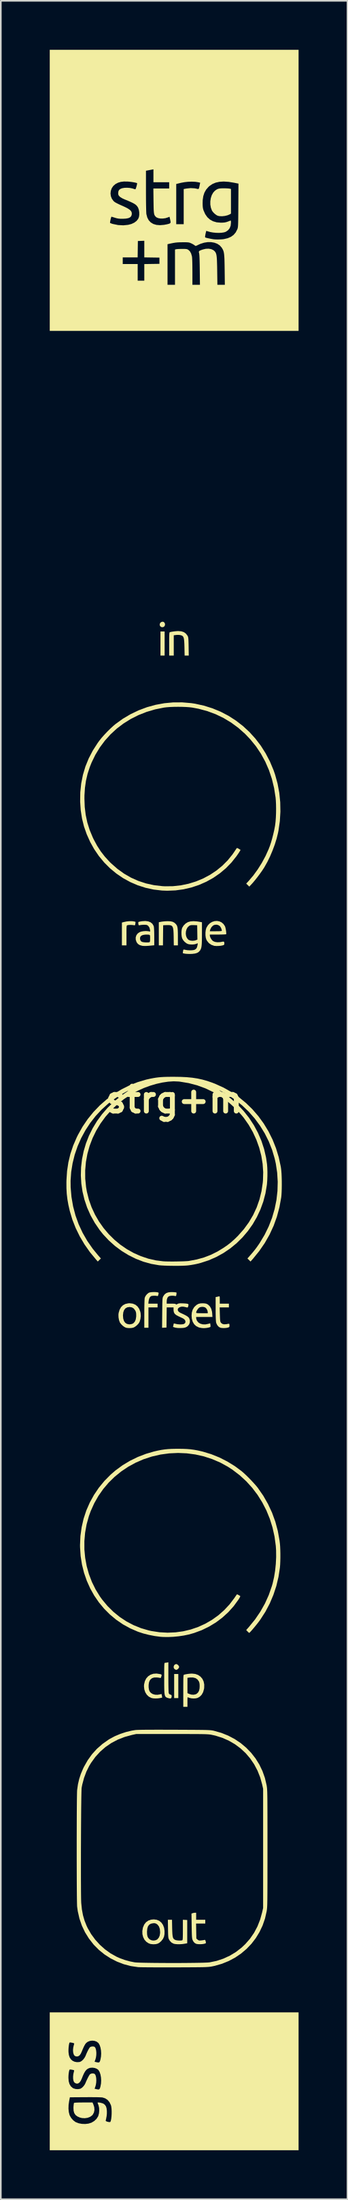
<source format=kicad_pcb>
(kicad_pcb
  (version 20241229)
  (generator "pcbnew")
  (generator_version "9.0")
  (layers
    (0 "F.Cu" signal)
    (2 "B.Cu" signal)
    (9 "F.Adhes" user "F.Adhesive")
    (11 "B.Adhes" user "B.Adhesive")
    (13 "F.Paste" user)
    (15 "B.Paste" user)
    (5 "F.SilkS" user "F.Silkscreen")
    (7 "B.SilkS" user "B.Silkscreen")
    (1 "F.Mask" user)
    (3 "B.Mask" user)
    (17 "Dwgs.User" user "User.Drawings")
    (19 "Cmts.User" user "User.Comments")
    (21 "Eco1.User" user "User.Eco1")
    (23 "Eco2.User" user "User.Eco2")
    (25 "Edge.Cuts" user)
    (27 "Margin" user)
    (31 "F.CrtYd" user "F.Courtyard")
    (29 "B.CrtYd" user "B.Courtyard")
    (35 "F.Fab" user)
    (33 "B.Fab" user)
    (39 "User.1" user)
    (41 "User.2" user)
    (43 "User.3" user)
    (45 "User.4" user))
  (footprint "strg+m"
    (layer "F.Cu")
    (at 7.628 64.301)
    (property "Reference" "strg+m" (at 0 0 0) (layer "F.SilkS") (effects (font (size 1.524 1.524) (thickness 0.3))))
    (attr board_only exclude_from_pos_files exclude_from_bom)
    (fp_poly (pts (xy -0.585 -27.205) (xy -0.839 -27.205) (xy -0.839 -28.68) (xy -0.585 -28.68)) (stroke (width 0) (type solid)) (fill yes) (layer "F.SilkS"))
    (fp_poly (pts (xy 0.254 36.638) (xy 0 36.638) (xy 0 35.163) (xy 0.254 35.163)) (stroke (width 0) (type solid)) (fill yes) (layer "F.SilkS"))
    (fp_poly (pts (xy -0.661 -29.272) (xy -0.599 -29.227) (xy -0.563 -29.15) (xy -0.559 -29.107) (xy -0.581 -29.021) (xy -0.637 -28.963) (xy -0.718 -28.94) (xy -0.788 -28.952) (xy -0.854 -28.998) (xy -0.886 -29.069) (xy -0.882 -29.148) (xy -0.841 -29.221) (xy -0.821 -29.239) (xy -0.739 -29.277)) (stroke (width 0) (type solid)) (fill yes) (layer "F.SilkS"))
    (fp_poly (pts (xy 0.19 34.574) (xy 0.249 34.624) (xy 0.293 34.687) (xy 0.305 34.731) (xy 0.285 34.791) (xy 0.236 34.852) (xy 0.174 34.897) (xy 0.131 34.909) (xy 0.076 34.894) (xy 0.024 34.862) (xy -0.023 34.796) (xy -0.032 34.718) (xy -0.009 34.642) (xy 0.042 34.583) (xy 0.116 34.554) (xy 0.131 34.553)) (stroke (width 0) (type solid)) (fill yes) (layer "F.SilkS"))
    (fp_poly (pts (xy -4.955 61.517) (xy -4.9 61.691) (xy -4.888 61.859) (xy -4.918 62.013) (xy -4.99 62.147) (xy -5.031 62.193) (xy -5.153 62.282) (xy -5.305 62.34) (xy -5.475 62.365) (xy -5.65 62.356) (xy -5.784 62.323) (xy -5.937 62.255) (xy -6.05 62.167) (xy -6.125 62.054) (xy -6.165 61.911) (xy -6.175 61.732) (xy -6.172 61.668) (xy -6.164 61.567) (xy -6.154 61.485) (xy -6.144 61.436) (xy -6.142 61.43) (xy -6.111 61.42) (xy -6.032 61.412) (xy -5.904 61.406) (xy -5.726 61.403) (xy -5.565 61.402) (xy -5.006 61.402)) (stroke (width 0) (type solid)) (fill yes) (layer "F.SilkS"))
    (fp_poly (pts (xy 3.149 -55.818) (xy 3.263 -55.813) (xy 3.352 -55.806) (xy 3.388 -55.801) (xy 3.483 -55.781) (xy 3.483 -54.269) (xy 3.413 -54.228) (xy 3.276 -54.168) (xy 3.113 -54.128) (xy 2.942 -54.109) (xy 2.78 -54.115) (xy 2.675 -54.137) (xy 2.588 -54.181) (xy 2.49 -54.255) (xy 2.399 -54.344) (xy 2.33 -54.433) (xy 2.316 -54.458) (xy 2.25 -54.634) (xy 2.217 -54.827) (xy 2.217 -55.026) (xy 2.247 -55.22) (xy 2.305 -55.4) (xy 2.392 -55.555) (xy 2.482 -55.655) (xy 2.57 -55.725) (xy 2.656 -55.773) (xy 2.752 -55.802) (xy 2.872 -55.816) (xy 3.026 -55.82)) (stroke (width 0) (type solid)) (fill yes) (layer "F.SilkS"))
    (fp_poly (pts (xy -2.522 -10.932) (xy -2.444 -10.918) (xy -2.389 -10.905) (xy -2.373 -10.899) (xy -2.37 -10.87) (xy -2.376 -10.809) (xy -2.38 -10.783) (xy -2.393 -10.716) (xy -2.411 -10.689) (xy -2.449 -10.688) (xy -2.476 -10.694) (xy -2.567 -10.706) (xy -2.676 -10.711) (xy -2.78 -10.707) (xy -2.859 -10.695) (xy -2.867 -10.693) (xy -2.885 -10.687) (xy -2.899 -10.675) (xy -2.909 -10.653) (xy -2.916 -10.613) (xy -2.92 -10.551) (xy -2.923 -10.458) (xy -2.924 -10.331) (xy -2.924 -10.161) (xy -2.924 -10.067) (xy -2.924 -9.458) (xy -3.204 -9.458) (xy -3.204 -10.855) (xy -3.096 -10.884) (xy -2.927 -10.92) (xy -2.753 -10.939) (xy -2.595 -10.939)) (stroke (width 0) (type solid)) (fill yes) (layer "F.SilkS"))
    (fp_poly (pts (xy -0.229 -10.931) (xy -0.097 -10.903) (xy 0.008 -10.85) (xy 0.099 -10.769) (xy 0.11 -10.755) (xy 0.148 -10.705) (xy 0.177 -10.649) (xy 0.198 -10.58) (xy 0.212 -10.49) (xy 0.222 -10.374) (xy 0.227 -10.223) (xy 0.229 -10.03) (xy 0.229 -9.973) (xy 0.229 -9.458) (xy -0.022 -9.458) (xy -0.03 -9.973) (xy -0.035 -10.187) (xy -0.044 -10.355) (xy -0.061 -10.482) (xy -0.088 -10.575) (xy -0.13 -10.638) (xy -0.188 -10.677) (xy -0.267 -10.696) (xy -0.37 -10.701) (xy -0.472 -10.699) (xy -0.674 -10.691) (xy -0.681 -10.075) (xy -0.687 -9.458) (xy -0.941 -9.458) (xy -0.941 -10.875) (xy -0.786 -10.906) (xy -0.686 -10.92) (xy -0.559 -10.932) (xy -0.429 -10.938) (xy -0.398 -10.939)) (stroke (width 0) (type solid)) (fill yes) (layer "F.SilkS"))
    (fp_poly (pts (xy -1.112 11.776) (xy -1.02 11.788) (xy -0.967 11.804) (xy -0.951 11.833) (xy -0.956 11.87) (xy -0.976 11.956) (xy -0.993 12.002) (xy -1.012 12.018) (xy -1.041 12.014) (xy -1.045 12.013) (xy -1.115 12.001) (xy -1.209 11.997) (xy -1.306 12.002) (xy -1.387 12.014) (xy -1.422 12.025) (xy -1.486 12.086) (xy -1.536 12.188) (xy -1.566 12.322) (xy -1.569 12.347) (xy -1.583 12.484) (xy -1.017 12.484) (xy -1.017 12.713) (xy -1.576 12.713) (xy -1.576 13.959) (xy -1.831 13.959) (xy -1.83 13.088) (xy -1.83 12.842) (xy -1.827 12.625) (xy -1.823 12.44) (xy -1.818 12.293) (xy -1.812 12.186) (xy -1.805 12.126) (xy -1.804 12.121) (xy -1.755 12.015) (xy -1.677 11.914) (xy -1.584 11.834) (xy -1.533 11.806) (xy -1.459 11.788) (xy -1.352 11.776) (xy -1.23 11.772)) (stroke (width 0) (type solid)) (fill yes) (layer "F.SilkS"))
    (fp_poly (pts (xy 1.348 50.215) (xy 1.907 50.215) (xy 1.907 50.444) (xy 1.344 50.444) (xy 1.352 50.904) (xy 1.36 51.364) (xy 1.435 51.428) (xy 1.485 51.465) (xy 1.536 51.482) (xy 1.606 51.482) (xy 1.651 51.479) (xy 1.741 51.468) (xy 1.817 51.456) (xy 1.848 51.448) (xy 1.886 51.444) (xy 1.91 51.468) (xy 1.93 51.526) (xy 1.944 51.592) (xy 1.946 51.635) (xy 1.945 51.64) (xy 1.903 51.667) (xy 1.823 51.689) (xy 1.72 51.704) (xy 1.605 51.71) (xy 1.492 51.708) (xy 1.395 51.697) (xy 1.335 51.68) (xy 1.245 51.624) (xy 1.175 51.54) (xy 1.128 51.447) (xy 1.115 51.411) (xy 1.104 51.365) (xy 1.096 51.302) (xy 1.089 51.216) (xy 1.084 51.103) (xy 1.08 50.955) (xy 1.076 50.767) (xy 1.073 50.591) (xy 1.062 49.835) (xy 1.13 49.809) (xy 1.21 49.789) (xy 1.273 49.783) (xy 1.348 49.783)) (stroke (width 0) (type solid)) (fill yes) (layer "F.SilkS"))
    (fp_poly (pts (xy -0.356 35.362) (xy -0.355 35.598) (xy -0.353 35.811) (xy -0.35 35.995) (xy -0.346 36.145) (xy -0.341 36.257) (xy -0.335 36.326) (xy -0.331 36.345) (xy -0.283 36.405) (xy -0.229 36.426) (xy -0.174 36.445) (xy -0.154 36.485) (xy -0.153 36.512) (xy -0.162 36.601) (xy -0.194 36.649) (xy -0.255 36.661) (xy -0.352 36.641) (xy -0.357 36.639) (xy -0.418 36.621) (xy -0.467 36.601) (xy -0.508 36.575) (xy -0.54 36.539) (xy -0.564 36.488) (xy -0.582 36.417) (xy -0.595 36.322) (xy -0.603 36.198) (xy -0.607 36.039) (xy -0.61 35.842) (xy -0.61 35.602) (xy -0.61 35.431) (xy -0.61 35.186) (xy -0.61 34.986) (xy -0.609 34.828) (xy -0.607 34.707) (xy -0.604 34.617) (xy -0.6 34.554) (xy -0.594 34.514) (xy -0.586 34.49) (xy -0.577 34.48) (xy -0.565 34.477) (xy -0.563 34.477) (xy -0.503 34.472) (xy -0.435 34.461) (xy -0.356 34.445)) (stroke (width 0) (type solid)) (fill yes) (layer "F.SilkS"))
    (fp_poly (pts (xy 0.444 -28.689) (xy 0.597 -28.638) (xy 0.72 -28.55) (xy 0.817 -28.424) (xy 0.83 -28.4) (xy 0.846 -28.364) (xy 0.858 -28.32) (xy 0.867 -28.261) (xy 0.874 -28.178) (xy 0.879 -28.065) (xy 0.883 -27.914) (xy 0.886 -27.758) (xy 0.894 -27.205) (xy 0.641 -27.205) (xy 0.631 -27.707) (xy 0.625 -27.917) (xy 0.616 -28.082) (xy 0.602 -28.207) (xy 0.581 -28.3) (xy 0.549 -28.366) (xy 0.506 -28.41) (xy 0.449 -28.439) (xy 0.375 -28.459) (xy 0.349 -28.464) (xy 0.267 -28.472) (xy 0.165 -28.47) (xy 0.114 -28.465) (xy -0.025 -28.447) (xy -0.025 -27.205) (xy -0.305 -27.205) (xy -0.305 -27.915) (xy -0.305 -28.125) (xy -0.304 -28.289) (xy -0.302 -28.413) (xy -0.299 -28.504) (xy -0.294 -28.566) (xy -0.287 -28.605) (xy -0.278 -28.627) (xy -0.266 -28.637) (xy -0.261 -28.639) (xy -0.177 -28.658) (xy -0.062 -28.677) (xy 0.066 -28.693) (xy 0.185 -28.703) (xy 0.256 -28.705)) (stroke (width 0) (type solid)) (fill yes) (layer "F.SilkS"))
    (fp_poly (pts (xy 0.667 50.22) (xy 0.801 50.228) (xy 0.801 51.651) (xy 0.636 51.682) (xy 0.493 51.702) (xy 0.339 51.711) (xy 0.19 51.71) (xy 0.061 51.699) (xy -0.034 51.678) (xy -0.163 51.609) (xy -0.266 51.501) (xy -0.314 51.423) (xy -0.332 51.386) (xy -0.346 51.345) (xy -0.356 51.294) (xy -0.363 51.224) (xy -0.369 51.129) (xy -0.373 51) (xy -0.376 50.831) (xy -0.377 50.768) (xy -0.386 50.215) (xy -0.132 50.215) (xy -0.123 50.717) (xy -0.117 50.92) (xy -0.109 51.078) (xy -0.096 51.198) (xy -0.078 51.287) (xy -0.051 51.351) (xy -0.014 51.397) (xy 0.033 51.431) (xy 0.063 51.446) (xy 0.136 51.468) (xy 0.237 51.482) (xy 0.346 51.487) (xy 0.441 51.482) (xy 0.494 51.471) (xy 0.506 51.461) (xy 0.516 51.438) (xy 0.523 51.395) (xy 0.528 51.328) (xy 0.531 51.229) (xy 0.533 51.094) (xy 0.534 50.917) (xy 0.534 50.834) (xy 0.534 50.213)) (stroke (width 0) (type solid)) (fill yes) (layer "F.SilkS"))
    (fp_poly (pts (xy 2.787 12.051) (xy 2.794 12.095) (xy 2.796 12.174) (xy 2.797 12.253) (xy 2.797 12.484) (xy 3.356 12.484) (xy 3.356 12.713) (xy 2.79 12.713) (xy 2.802 13.147) (xy 2.808 13.308) (xy 2.813 13.428) (xy 2.821 13.513) (xy 2.83 13.571) (xy 2.844 13.612) (xy 2.862 13.644) (xy 2.866 13.649) (xy 2.945 13.718) (xy 3.053 13.748) (xy 3.192 13.741) (xy 3.224 13.735) (xy 3.303 13.72) (xy 3.359 13.714) (xy 3.377 13.717) (xy 3.385 13.747) (xy 3.391 13.808) (xy 3.391 13.823) (xy 3.389 13.884) (xy 3.369 13.918) (xy 3.317 13.941) (xy 3.293 13.949) (xy 3.179 13.971) (xy 3.044 13.979) (xy 2.913 13.972) (xy 2.831 13.956) (xy 2.736 13.904) (xy 2.652 13.814) (xy 2.591 13.698) (xy 2.571 13.629) (xy 2.562 13.563) (xy 2.555 13.453) (xy 2.549 13.305) (xy 2.545 13.126) (xy 2.543 12.921) (xy 2.543 12.79) (xy 2.543 12.081) (xy 2.625 12.064) (xy 2.697 12.049) (xy 2.752 12.035) (xy 2.773 12.034)) (stroke (width 0) (type solid)) (fill yes) (layer "F.SilkS"))
    (fp_poly (pts (xy -0.876 35.166) (xy -0.805 35.185) (xy -0.773 35.206) (xy -0.769 35.243) (xy -0.787 35.313) (xy -0.79 35.324) (xy -0.813 35.387) (xy -0.838 35.408) (xy -0.86 35.404) (xy -0.907 35.393) (xy -0.986 35.382) (xy -1.069 35.374) (xy -1.229 35.378) (xy -1.356 35.419) (xy -1.454 35.5) (xy -1.506 35.577) (xy -1.546 35.691) (xy -1.565 35.832) (xy -1.565 35.982) (xy -1.544 36.121) (xy -1.507 36.222) (xy -1.428 36.32) (xy -1.313 36.39) (xy -1.174 36.43) (xy -1.019 36.436) (xy -0.866 36.41) (xy -0.807 36.395) (xy -0.775 36.39) (xy -0.774 36.391) (xy -0.767 36.417) (xy -0.756 36.476) (xy -0.751 36.502) (xy -0.734 36.608) (xy -0.864 36.636) (xy -1.004 36.656) (xy -1.154 36.661) (xy -1.293 36.652) (xy -1.402 36.628) (xy -1.405 36.627) (xy -1.556 36.548) (xy -1.679 36.43) (xy -1.772 36.281) (xy -1.83 36.107) (xy -1.851 35.916) (xy -1.844 35.802) (xy -1.797 35.603) (xy -1.713 35.435) (xy -1.596 35.302) (xy -1.449 35.206) (xy -1.277 35.149) (xy -1.084 35.135)) (stroke (width 0) (type solid)) (fill yes) (layer "F.SilkS"))
    (fp_poly (pts (xy -1.068 50.214) (xy -0.912 50.28) (xy -0.783 50.387) (xy -0.684 50.529) (xy -0.618 50.704) (xy -0.59 50.893) (xy -0.592 51.086) (xy -0.622 51.246) (xy -0.685 51.384) (xy -0.785 51.511) (xy -0.802 51.529) (xy -0.905 51.619) (xy -1.007 51.676) (xy -1.125 51.706) (xy -1.274 51.715) (xy -1.284 51.715) (xy -1.444 51.698) (xy -1.565 51.655) (xy -1.708 51.561) (xy -1.821 51.433) (xy -1.901 51.275) (xy -1.946 51.097) (xy -1.95 50.965) (xy -1.665 50.965) (xy -1.658 51.121) (xy -1.633 51.238) (xy -1.586 51.328) (xy -1.513 51.403) (xy -1.473 51.431) (xy -1.373 51.474) (xy -1.256 51.486) (xy -1.14 51.468) (xy -1.044 51.423) (xy -1.028 51.409) (xy -0.94 51.304) (xy -0.887 51.181) (xy -0.863 51.028) (xy -0.862 50.961) (xy -0.879 50.775) (xy -0.932 50.625) (xy -1.02 50.511) (xy -1.068 50.474) (xy -1.136 50.437) (xy -1.205 50.422) (xy -1.291 50.425) (xy -1.427 50.453) (xy -1.53 50.515) (xy -1.603 50.613) (xy -1.647 50.749) (xy -1.665 50.927) (xy -1.665 50.965) (xy -1.95 50.965) (xy -1.952 50.904) (xy -1.918 50.704) (xy -1.91 50.678) (xy -1.834 50.501) (xy -1.724 50.362) (xy -1.583 50.263) (xy -1.414 50.206) (xy -1.248 50.19)) (stroke (width 0) (type solid)) (fill yes) (layer "F.SilkS"))
    (fp_poly (pts (xy 1.294 35.16) (xy 1.47 35.223) (xy 1.615 35.324) (xy 1.729 35.457) (xy 1.806 35.619) (xy 1.844 35.806) (xy 1.84 36.014) (xy 1.83 36.08) (xy 1.775 36.275) (xy 1.687 36.433) (xy 1.567 36.554) (xy 1.444 36.624) (xy 1.333 36.653) (xy 1.196 36.662) (xy 1.057 36.652) (xy 0.941 36.625) (xy 0.874 36.602) (xy 0.83 36.589) (xy 0.823 36.587) (xy 0.819 36.611) (xy 0.816 36.676) (xy 0.814 36.771) (xy 0.814 36.88) (xy 0.814 37.172) (xy 0.559 37.172) (xy 0.559 36.335) (xy 0.814 36.335) (xy 0.922 36.384) (xy 1.056 36.425) (xy 1.193 36.433) (xy 1.316 36.407) (xy 1.376 36.377) (xy 1.466 36.295) (xy 1.525 36.187) (xy 1.557 36.046) (xy 1.564 35.913) (xy 1.56 35.79) (xy 1.546 35.699) (xy 1.518 35.624) (xy 1.511 35.608) (xy 1.423 35.491) (xy 1.304 35.413) (xy 1.152 35.375) (xy 0.97 35.376) (xy 0.951 35.379) (xy 0.814 35.396) (xy 0.814 36.335) (xy 0.559 36.335) (xy 0.559 36.195) (xy 0.559 35.946) (xy 0.56 35.742) (xy 0.561 35.58) (xy 0.563 35.455) (xy 0.566 35.362) (xy 0.57 35.295) (xy 0.576 35.251) (xy 0.584 35.224) (xy 0.593 35.21) (xy 0.604 35.205) (xy 0.711 35.18) (xy 0.845 35.158) (xy 0.982 35.143) (xy 1.093 35.138)) (stroke (width 0) (type solid)) (fill yes) (layer "F.SilkS"))
    (fp_poly (pts (xy -2.54 12.482) (xy -2.379 12.547) (xy -2.247 12.654) (xy -2.145 12.798) (xy -2.076 12.979) (xy -2.057 13.073) (xy -2.047 13.24) (xy -2.067 13.415) (xy -2.112 13.575) (xy -2.137 13.63) (xy -2.203 13.726) (xy -2.298 13.821) (xy -2.404 13.901) (xy -2.505 13.952) (xy -2.512 13.954) (xy -2.629 13.975) (xy -2.767 13.98) (xy -2.899 13.968) (xy -2.969 13.952) (xy -3.058 13.907) (xy -3.156 13.833) (xy -3.248 13.743) (xy -3.317 13.652) (xy -3.331 13.628) (xy -3.382 13.488) (xy -3.411 13.323) (xy -3.415 13.209) (xy -3.139 13.209) (xy -3.124 13.393) (xy -3.078 13.542) (xy -3.002 13.652) (xy -2.898 13.722) (xy -2.767 13.75) (xy -2.706 13.749) (xy -2.609 13.732) (xy -2.528 13.701) (xy -2.509 13.69) (xy -2.417 13.592) (xy -2.357 13.455) (xy -2.329 13.282) (xy -2.327 13.209) (xy -2.33 13.093) (xy -2.342 13.011) (xy -2.366 12.942) (xy -2.39 12.896) (xy -2.477 12.781) (xy -2.585 12.713) (xy -2.718 12.688) (xy -2.733 12.687) (xy -2.874 12.708) (xy -2.986 12.77) (xy -3.068 12.873) (xy -3.119 13.014) (xy -3.139 13.194) (xy -3.139 13.209) (xy -3.415 13.209) (xy -3.416 13.154) (xy -3.405 13.054) (xy -3.348 12.858) (xy -3.259 12.699) (xy -3.138 12.579) (xy -2.987 12.5) (xy -2.807 12.462) (xy -2.728 12.459)) (stroke (width 0) (type solid)) (fill yes) (layer "F.SilkS"))
    (fp_poly (pts (xy 1.897 12.471) (xy 1.975 12.488) (xy 2.041 12.519) (xy 2.081 12.545) (xy 2.193 12.653) (xy 2.274 12.8) (xy 2.322 12.983) (xy 2.334 13.097) (xy 2.346 13.297) (xy 1.348 13.297) (xy 1.348 13.367) (xy 1.361 13.433) (xy 1.392 13.513) (xy 1.405 13.539) (xy 1.49 13.64) (xy 1.608 13.711) (xy 1.753 13.75) (xy 1.916 13.754) (xy 2.087 13.721) (xy 2.091 13.72) (xy 2.207 13.685) (xy 2.223 13.788) (xy 2.229 13.857) (xy 2.223 13.902) (xy 2.219 13.908) (xy 2.17 13.932) (xy 2.085 13.953) (xy 1.98 13.971) (xy 1.868 13.981) (xy 1.8 13.983) (xy 1.682 13.974) (xy 1.559 13.951) (xy 1.501 13.934) (xy 1.345 13.855) (xy 1.223 13.739) (xy 1.135 13.588) (xy 1.083 13.405) (xy 1.068 13.221) (xy 1.083 13.024) (xy 1.348 13.024) (xy 1.352 13.042) (xy 1.37 13.054) (xy 1.409 13.062) (xy 1.477 13.066) (xy 1.582 13.068) (xy 1.704 13.069) (xy 2.059 13.069) (xy 2.059 13.003) (xy 2.04 12.903) (xy 1.989 12.803) (xy 1.92 12.728) (xy 1.911 12.722) (xy 1.819 12.686) (xy 1.708 12.678) (xy 1.601 12.696) (xy 1.532 12.729) (xy 1.472 12.788) (xy 1.414 12.867) (xy 1.369 12.95) (xy 1.348 13.017) (xy 1.348 13.024) (xy 1.083 13.024) (xy 1.084 13.022) (xy 1.133 12.855) (xy 1.218 12.712) (xy 1.263 12.66) (xy 1.376 12.558) (xy 1.494 12.494) (xy 1.63 12.464) (xy 1.787 12.462)) (stroke (width 0) (type solid)) (fill yes) (layer "F.SilkS"))
    (fp_poly (pts (xy 2.77 -10.929) (xy 2.906 -10.866) (xy 3.024 -10.765) (xy 3.112 -10.634) (xy 3.134 -10.574) (xy 3.155 -10.487) (xy 3.174 -10.386) (xy 3.187 -10.287) (xy 3.194 -10.203) (xy 3.192 -10.15) (xy 3.189 -10.142) (xy 3.161 -10.135) (xy 3.089 -10.129) (xy 2.983 -10.124) (xy 2.85 -10.121) (xy 2.698 -10.119) (xy 2.681 -10.119) (xy 2.187 -10.119) (xy 2.187 -10.061) (xy 2.204 -9.978) (xy 2.25 -9.882) (xy 2.312 -9.791) (xy 2.379 -9.724) (xy 2.385 -9.721) (xy 2.5 -9.671) (xy 2.646 -9.648) (xy 2.809 -9.655) (xy 2.891 -9.669) (xy 2.985 -9.687) (xy 3.041 -9.686) (xy 3.067 -9.659) (xy 3.076 -9.601) (xy 3.076 -9.559) (xy 3.069 -9.508) (xy 3.037 -9.479) (xy 2.981 -9.459) (xy 2.866 -9.435) (xy 2.728 -9.422) (xy 2.589 -9.419) (xy 2.472 -9.428) (xy 2.449 -9.432) (xy 2.274 -9.494) (xy 2.128 -9.597) (xy 2.013 -9.739) (xy 1.973 -9.814) (xy 1.937 -9.934) (xy 1.919 -10.083) (xy 1.919 -10.243) (xy 1.928 -10.323) (xy 2.186 -10.323) (xy 2.555 -10.323) (xy 2.716 -10.324) (xy 2.829 -10.329) (xy 2.897 -10.337) (xy 2.923 -10.349) (xy 2.924 -10.352) (xy 2.908 -10.439) (xy 2.868 -10.537) (xy 2.814 -10.621) (xy 2.794 -10.643) (xy 2.696 -10.704) (xy 2.58 -10.727) (xy 2.463 -10.71) (xy 2.391 -10.675) (xy 2.287 -10.574) (xy 2.217 -10.443) (xy 2.202 -10.393) (xy 2.186 -10.323) (xy 1.928 -10.323) (xy 1.937 -10.396) (xy 1.972 -10.524) (xy 1.979 -10.539) (xy 2.071 -10.692) (xy 2.189 -10.811) (xy 2.325 -10.894) (xy 2.472 -10.942) (xy 2.623 -10.954)) (stroke (width 0) (type solid)) (fill yes) (layer "F.SilkS"))
    (fp_poly (pts (xy -1.59 -10.927) (xy -1.446 -10.87) (xy -1.336 -10.78) (xy -1.263 -10.658) (xy -1.249 -10.615) (xy -1.239 -10.555) (xy -1.232 -10.452) (xy -1.226 -10.315) (xy -1.222 -10.153) (xy -1.221 -9.989) (xy -1.22 -9.465) (xy -1.367 -9.45) (xy -1.56 -9.432) (xy -1.713 -9.422) (xy -1.831 -9.421) (xy -1.925 -9.427) (xy -1.965 -9.433) (xy -2.112 -9.475) (xy -2.222 -9.546) (xy -2.301 -9.649) (xy -2.307 -9.661) (xy -2.356 -9.806) (xy -2.357 -9.871) (xy -2.094 -9.871) (xy -2.082 -9.802) (xy -2.045 -9.723) (xy -1.979 -9.675) (xy -1.975 -9.673) (xy -1.907 -9.656) (xy -1.81 -9.643) (xy -1.702 -9.637) (xy -1.601 -9.638) (xy -1.528 -9.648) (xy -1.515 -9.652) (xy -1.494 -9.67) (xy -1.482 -9.711) (xy -1.476 -9.784) (xy -1.475 -9.88) (xy -1.475 -9.984) (xy -1.48 -10.048) (xy -1.491 -10.083) (xy -1.511 -10.1) (xy -1.539 -10.109) (xy -1.597 -10.116) (xy -1.685 -10.118) (xy -1.778 -10.115) (xy -1.922 -10.093) (xy -2.023 -10.044) (xy -2.081 -9.97) (xy -2.094 -9.871) (xy -2.357 -9.871) (xy -2.358 -9.948) (xy -2.316 -10.078) (xy -2.232 -10.189) (xy -2.127 -10.263) (xy -2.02 -10.302) (xy -1.883 -10.327) (xy -1.738 -10.336) (xy -1.612 -10.327) (xy -1.469 -10.304) (xy -1.482 -10.418) (xy -1.517 -10.547) (xy -1.589 -10.65) (xy -1.655 -10.699) (xy -1.712 -10.714) (xy -1.803 -10.72) (xy -1.911 -10.718) (xy -2.021 -10.709) (xy -2.115 -10.692) (xy -2.126 -10.689) (xy -2.162 -10.687) (xy -2.182 -10.713) (xy -2.195 -10.771) (xy -2.2 -10.839) (xy -2.194 -10.883) (xy -2.191 -10.888) (xy -2.158 -10.901) (xy -2.088 -10.917) (xy -1.994 -10.933) (xy -1.969 -10.937) (xy -1.766 -10.95)) (stroke (width 0) (type solid)) (fill yes) (layer "F.SilkS"))
    (fp_poly (pts (xy 1.405 -10.924) (xy 1.523 -10.906) (xy 1.704 -10.874) (xy 1.703 -10.172) (xy 1.702 -9.934) (xy 1.699 -9.741) (xy 1.694 -9.586) (xy 1.685 -9.464) (xy 1.673 -9.367) (xy 1.656 -9.291) (xy 1.633 -9.229) (xy 1.605 -9.174) (xy 1.59 -9.15) (xy 1.513 -9.062) (xy 1.413 -8.998) (xy 1.282 -8.958) (xy 1.112 -8.937) (xy 1.017 -8.933) (xy 0.892 -8.933) (xy 0.773 -8.938) (xy 0.677 -8.947) (xy 0.639 -8.953) (xy 0.528 -8.979) (xy 0.541 -9.081) (xy 0.553 -9.149) (xy 0.566 -9.192) (xy 0.569 -9.197) (xy 0.6 -9.199) (xy 0.662 -9.19) (xy 0.697 -9.182) (xy 0.81 -9.163) (xy 0.941 -9.155) (xy 1.073 -9.157) (xy 1.187 -9.17) (xy 1.258 -9.189) (xy 1.327 -9.234) (xy 1.378 -9.293) (xy 1.38 -9.297) (xy 1.401 -9.351) (xy 1.421 -9.423) (xy 1.437 -9.496) (xy 1.445 -9.555) (xy 1.442 -9.584) (xy 1.44 -9.585) (xy 1.412 -9.577) (xy 1.356 -9.555) (xy 1.339 -9.547) (xy 1.238 -9.521) (xy 1.11 -9.511) (xy 0.976 -9.516) (xy 0.856 -9.536) (xy 0.855 -9.537) (xy 0.75 -9.586) (xy 0.644 -9.671) (xy 0.553 -9.775) (xy 0.491 -9.886) (xy 0.491 -9.886) (xy 0.463 -9.996) (xy 0.448 -10.133) (xy 0.448 -10.167) (xy 0.712 -10.167) (xy 0.732 -10.031) (xy 0.781 -9.91) (xy 0.859 -9.815) (xy 0.895 -9.789) (xy 0.994 -9.752) (xy 1.119 -9.738) (xy 1.247 -9.749) (xy 1.336 -9.775) (xy 1.425 -9.812) (xy 1.418 -10.252) (xy 1.411 -10.691) (xy 1.207 -10.699) (xy 1.098 -10.701) (xy 1.025 -10.695) (xy 0.97 -10.679) (xy 0.918 -10.65) (xy 0.914 -10.648) (xy 0.822 -10.559) (xy 0.757 -10.442) (xy 0.721 -10.308) (xy 0.712 -10.167) (xy 0.448 -10.167) (xy 0.447 -10.278) (xy 0.46 -10.413) (xy 0.487 -10.52) (xy 0.492 -10.533) (xy 0.58 -10.674) (xy 0.702 -10.796) (xy 0.843 -10.881) (xy 0.844 -10.882) (xy 0.997 -10.925) (xy 1.186 -10.939)) (stroke (width 0) (type solid)) (fill yes) (layer "F.SilkS"))
    (fp_poly (pts (xy -0.082 11.776) (xy 0.015 11.782) (xy 0.092 11.79) (xy 0.135 11.798) (xy 0.139 11.8) (xy 0.145 11.833) (xy 0.141 11.896) (xy 0.137 11.922) (xy 0.124 11.989) (xy 0.106 12.016) (xy 0.069 12.017) (xy 0.041 12.011) (xy -0.071 11.996) (xy -0.186 11.999) (xy -0.286 12.016) (xy -0.34 12.039) (xy -0.408 12.114) (xy -0.447 12.229) (xy -0.458 12.361) (xy -0.458 12.484) (xy -0.178 12.484) (xy -0.051 12.485) (xy 0.033 12.49) (xy 0.081 12.498) (xy 0.1 12.512) (xy 0.102 12.519) (xy 0.111 12.537) (xy 0.147 12.529) (xy 0.197 12.505) (xy 0.249 12.481) (xy 0.306 12.468) (xy 0.38 12.462) (xy 0.484 12.464) (xy 0.547 12.466) (xy 0.686 12.474) (xy 0.782 12.484) (xy 0.842 12.498) (xy 0.871 12.52) (xy 0.879 12.551) (xy 0.875 12.582) (xy 0.856 12.665) (xy 0.838 12.707) (xy 0.807 12.719) (xy 0.75 12.708) (xy 0.706 12.696) (xy 0.574 12.669) (xy 0.47 12.665) (xy 0.377 12.686) (xy 0.342 12.699) (xy 0.259 12.753) (xy 0.221 12.822) (xy 0.225 12.897) (xy 0.272 12.971) (xy 0.36 13.035) (xy 0.39 13.049) (xy 0.57 13.132) (xy 0.708 13.201) (xy 0.808 13.262) (xy 0.875 13.316) (xy 0.916 13.369) (xy 0.919 13.373) (xy 0.963 13.505) (xy 0.96 13.637) (xy 0.915 13.759) (xy 0.829 13.861) (xy 0.763 13.907) (xy 0.697 13.938) (xy 0.628 13.958) (xy 0.541 13.97) (xy 0.42 13.976) (xy 0.407 13.976) (xy 0.219 13.974) (xy 0.078 13.954) (xy 0.047 13.945) (xy -0.071 13.908) (xy -0.049 13.812) (xy -0.034 13.747) (xy -0.026 13.705) (xy -0.026 13.7) (xy -0.004 13.697) (xy 0.052 13.708) (xy 0.093 13.72) (xy 0.195 13.741) (xy 0.315 13.752) (xy 0.435 13.753) (xy 0.539 13.743) (xy 0.608 13.723) (xy 0.672 13.667) (xy 0.695 13.596) (xy 0.678 13.518) (xy 0.624 13.443) (xy 0.535 13.382) (xy 0.53 13.38) (xy 0.449 13.342) (xy 0.345 13.293) (xy 0.249 13.249) (xy 0.119 13.177) (xy 0.032 13.102) (xy -0.017 13.013) (xy -0.037 12.901) (xy -0.038 12.859) (xy -0.038 12.713) (xy -0.457 12.713) (xy -0.464 13.329) (xy -0.47 13.946) (xy -0.606 13.954) (xy -0.741 13.961) (xy -0.733 13.051) (xy -0.73 12.811) (xy -0.728 12.617) (xy -0.726 12.463) (xy -0.722 12.343) (xy -0.718 12.252) (xy -0.712 12.184) (xy -0.705 12.134) (xy -0.696 12.096) (xy -0.684 12.066) (xy -0.669 12.036) (xy -0.668 12.035) (xy -0.591 11.922) (xy -0.495 11.843) (xy -0.372 11.795) (xy -0.216 11.775)) (stroke (width 0) (type solid)) (fill yes) (layer "F.SilkS"))
    (fp_poly (pts (xy 1.049 -24.292) (xy 1.279 -24.257) (xy 1.823 -24.138) (xy 2.348 -23.974) (xy 2.852 -23.766) (xy 3.332 -23.515) (xy 3.787 -23.223) (xy 4.215 -22.892) (xy 4.613 -22.525) (xy 4.979 -22.121) (xy 5.313 -21.685) (xy 5.61 -21.216) (xy 5.871 -20.717) (xy 6.092 -20.19) (xy 6.19 -19.908) (xy 6.34 -19.362) (xy 6.445 -18.799) (xy 6.503 -18.225) (xy 6.514 -17.645) (xy 6.479 -17.064) (xy 6.396 -16.489) (xy 6.367 -16.34) (xy 6.283 -16.001) (xy 6.171 -15.64) (xy 6.034 -15.272) (xy 5.881 -14.91) (xy 5.714 -14.568) (xy 5.541 -14.26) (xy 5.504 -14.2) (xy 5.387 -14.023) (xy 5.251 -13.832) (xy 5.107 -13.639) (xy 4.964 -13.458) (xy 4.832 -13.301) (xy 4.772 -13.234) (xy 4.606 -13.056) (xy 4.418 -13.241) (xy 4.568 -13.403) (xy 4.853 -13.738) (xy 5.125 -14.113) (xy 5.377 -14.514) (xy 5.602 -14.93) (xy 5.792 -15.35) (xy 5.868 -15.548) (xy 5.937 -15.755) (xy 6.007 -15.995) (xy 6.073 -16.251) (xy 6.132 -16.506) (xy 6.178 -16.743) (xy 6.192 -16.832) (xy 6.217 -17.041) (xy 6.235 -17.287) (xy 6.246 -17.554) (xy 6.249 -17.828) (xy 6.245 -18.094) (xy 6.233 -18.339) (xy 6.218 -18.51) (xy 6.127 -19.092) (xy 5.991 -19.653) (xy 5.811 -20.19) (xy 5.588 -20.702) (xy 5.322 -21.189) (xy 5.015 -21.648) (xy 4.665 -22.078) (xy 4.345 -22.413) (xy 3.929 -22.781) (xy 3.489 -23.104) (xy 3.024 -23.383) (xy 2.537 -23.617) (xy 2.026 -23.805) (xy 1.494 -23.948) (xy 1.116 -24.019) (xy 0.941 -24.04) (xy 0.728 -24.055) (xy 0.49 -24.064) (xy 0.24 -24.067) (xy -0.01 -24.064) (xy -0.247 -24.055) (xy -0.458 -24.039) (xy -0.628 -24.019) (xy -1.173 -23.908) (xy -1.694 -23.754) (xy -2.192 -23.557) (xy -2.663 -23.32) (xy -3.106 -23.044) (xy -3.519 -22.731) (xy -3.899 -22.381) (xy -4.246 -21.997) (xy -4.556 -21.581) (xy -4.829 -21.133) (xy -5.062 -20.655) (xy -5.171 -20.383) (xy -5.308 -19.965) (xy -5.407 -19.543) (xy -5.47 -19.106) (xy -5.5 -18.644) (xy -5.502 -18.446) (xy -5.483 -17.933) (xy -5.424 -17.447) (xy -5.324 -16.98) (xy -5.181 -16.525) (xy -4.993 -16.074) (xy -4.931 -15.944) (xy -4.723 -15.559) (xy -4.498 -15.211) (xy -4.247 -14.888) (xy -3.959 -14.575) (xy -3.861 -14.479) (xy -3.477 -14.142) (xy -3.069 -13.849) (xy -2.641 -13.603) (xy -2.191 -13.403) (xy -1.722 -13.25) (xy -1.235 -13.144) (xy -0.729 -13.085) (xy -0.559 -13.076) (xy -0.069 -13.082) (xy 0.414 -13.135) (xy 0.886 -13.233) (xy 1.343 -13.374) (xy 1.781 -13.556) (xy 2.198 -13.778) (xy 2.589 -14.038) (xy 2.952 -14.335) (xy 3.282 -14.665) (xy 3.576 -15.029) (xy 3.697 -15.204) (xy 3.755 -15.292) (xy 3.803 -15.363) (xy 3.834 -15.408) (xy 3.84 -15.416) (xy 3.87 -15.416) (xy 3.927 -15.393) (xy 3.965 -15.37) (xy 4.071 -15.303) (xy 4.016 -15.209) (xy 3.977 -15.146) (xy 3.917 -15.057) (xy 3.848 -14.958) (xy 3.818 -14.914) (xy 3.513 -14.532) (xy 3.173 -14.183) (xy 2.801 -13.87) (xy 2.4 -13.593) (xy 1.973 -13.356) (xy 1.524 -13.159) (xy 1.056 -13.003) (xy 0.573 -12.891) (xy 0.079 -12.824) (xy -0.424 -12.804) (xy -0.75 -12.816) (xy -1.258 -12.876) (xy -1.753 -12.983) (xy -2.231 -13.136) (xy -2.691 -13.334) (xy -3.129 -13.574) (xy -3.543 -13.855) (xy -3.93 -14.175) (xy -4.288 -14.532) (xy -4.614 -14.925) (xy -4.904 -15.35) (xy -5.146 -15.783) (xy -5.36 -16.259) (xy -5.528 -16.737) (xy -5.649 -17.224) (xy -5.728 -17.728) (xy -5.764 -18.255) (xy -5.764 -18.268) (xy -5.756 -18.828) (xy -5.699 -19.372) (xy -5.594 -19.9) (xy -5.441 -20.412) (xy -5.239 -20.907) (xy -4.99 -21.386) (xy -4.692 -21.849) (xy -4.592 -21.987) (xy -4.454 -22.16) (xy -4.287 -22.349) (xy -4.103 -22.544) (xy -3.914 -22.73) (xy -3.733 -22.897) (xy -3.598 -23.01) (xy -3.147 -23.335) (xy -2.672 -23.616) (xy -2.177 -23.852) (xy -1.664 -24.044) (xy -1.136 -24.189) (xy -0.598 -24.287) (xy -0.052 -24.338) (xy 0.498 -24.339)) (stroke (width 0) (type solid)) (fill yes) (layer "F.SilkS"))
    (fp_poly (pts (xy 0.526 21.374) (xy 0.773 21.384) (xy 0.997 21.402) (xy 1.21 21.43) (xy 1.425 21.469) (xy 1.658 21.521) (xy 1.771 21.549) (xy 2.277 21.703) (xy 2.776 21.904) (xy 3.259 22.149) (xy 3.72 22.433) (xy 4.132 22.738) (xy 4.256 22.845) (xy 4.402 22.981) (xy 4.56 23.136) (xy 4.72 23.3) (xy 4.872 23.463) (xy 5.007 23.614) (xy 5.115 23.745) (xy 5.13 23.765) (xy 5.465 24.247) (xy 5.755 24.754) (xy 6.001 25.283) (xy 6.201 25.832) (xy 6.354 26.399) (xy 6.459 26.981) (xy 6.484 27.18) (xy 6.498 27.353) (xy 6.507 27.563) (xy 6.512 27.794) (xy 6.512 28.033) (xy 6.507 28.264) (xy 6.498 28.473) (xy 6.484 28.642) (xy 6.397 29.212) (xy 6.264 29.772) (xy 6.084 30.317) (xy 5.861 30.843) (xy 5.596 31.346) (xy 5.291 31.82) (xy 5.2 31.946) (xy 5.124 32.045) (xy 5.037 32.155) (xy 4.944 32.268) (xy 4.852 32.378) (xy 4.766 32.478) (xy 4.692 32.56) (xy 4.637 32.618) (xy 4.606 32.645) (xy 4.603 32.646) (xy 4.577 32.63) (xy 4.53 32.587) (xy 4.502 32.559) (xy 4.417 32.471) (xy 4.581 32.285) (xy 4.956 31.826) (xy 5.283 31.346) (xy 5.565 30.846) (xy 5.8 30.325) (xy 5.989 29.782) (xy 6.038 29.613) (xy 6.123 29.242) (xy 6.189 28.839) (xy 6.232 28.419) (xy 6.253 27.998) (xy 6.249 27.591) (xy 6.231 27.319) (xy 6.154 26.748) (xy 6.031 26.194) (xy 5.864 25.659) (xy 5.655 25.147) (xy 5.404 24.659) (xy 5.115 24.197) (xy 4.787 23.764) (xy 4.422 23.363) (xy 4.022 22.995) (xy 3.588 22.663) (xy 3.28 22.462) (xy 2.815 22.209) (xy 2.328 22.001) (xy 1.824 21.837) (xy 1.305 21.72) (xy 0.775 21.649) (xy 0.239 21.626) (xy -0.3 21.651) (xy -0.838 21.724) (xy -0.852 21.727) (xy -1.376 21.848) (xy -1.881 22.014) (xy -2.362 22.223) (xy -2.819 22.472) (xy -3.248 22.76) (xy -3.647 23.084) (xy -4.014 23.442) (xy -4.347 23.833) (xy -4.643 24.255) (xy -4.899 24.705) (xy -5.114 25.181) (xy -5.227 25.492) (xy -5.368 25.997) (xy -5.46 26.509) (xy -5.505 27.025) (xy -5.504 27.54) (xy -5.456 28.052) (xy -5.363 28.556) (xy -5.225 29.048) (xy -5.043 29.525) (xy -4.817 29.983) (xy -4.549 30.418) (xy -4.413 30.606) (xy -4.087 30.998) (xy -3.729 31.352) (xy -3.341 31.667) (xy -2.928 31.94) (xy -2.491 32.17) (xy -2.033 32.356) (xy -1.556 32.495) (xy -1.392 32.531) (xy -0.898 32.606) (xy -0.406 32.633) (xy 0.081 32.612) (xy 0.559 32.546) (xy 1.025 32.435) (xy 1.476 32.28) (xy 1.909 32.083) (xy 2.321 31.845) (xy 2.708 31.568) (xy 3.067 31.252) (xy 3.396 30.899) (xy 3.691 30.51) (xy 3.722 30.465) (xy 3.778 30.382) (xy 3.823 30.319) (xy 3.851 30.285) (xy 3.855 30.282) (xy 3.885 30.293) (xy 3.939 30.321) (xy 4 30.355) (xy 4.04 30.38) (xy 4.051 30.399) (xy 4.042 30.436) (xy 4.011 30.497) (xy 3.953 30.59) (xy 3.936 30.616) (xy 3.647 31.012) (xy 3.32 31.376) (xy 2.957 31.707) (xy 2.563 32.003) (xy 2.139 32.26) (xy 1.691 32.478) (xy 1.22 32.652) (xy 0.889 32.745) (xy 0.595 32.806) (xy 0.277 32.853) (xy -0.051 32.885) (xy -0.372 32.899) (xy -0.671 32.895) (xy -0.839 32.884) (xy -1.192 32.837) (xy -1.552 32.767) (xy -1.898 32.679) (xy -2.214 32.575) (xy -2.225 32.571) (xy -2.696 32.367) (xy -3.141 32.122) (xy -3.557 31.837) (xy -3.943 31.516) (xy -4.297 31.161) (xy -4.617 30.774) (xy -4.902 30.359) (xy -5.149 29.918) (xy -5.358 29.452) (xy -5.526 28.966) (xy -5.652 28.461) (xy -5.734 27.94) (xy -5.77 27.406) (xy -5.772 27.262) (xy -5.747 26.713) (xy -5.673 26.177) (xy -5.553 25.654) (xy -5.386 25.148) (xy -5.173 24.662) (xy -4.917 24.197) (xy -4.619 23.756) (xy -4.279 23.342) (xy -3.898 22.957) (xy -3.598 22.697) (xy -3.171 22.384) (xy -2.712 22.108) (xy -2.227 21.871) (xy -1.724 21.678) (xy -1.243 21.538) (xy -1.006 21.483) (xy -0.793 21.441) (xy -0.591 21.411) (xy -0.386 21.39) (xy -0.165 21.377) (xy 0.086 21.372) (xy 0.242 21.371)) (stroke (width 0) (type solid)) (fill yes) (layer "F.SilkS"))
    (fp_poly (pts (xy 7.628 64.326) (xy -7.628 64.326) (xy -7.628 61.777) (xy -6.48 61.777) (xy -6.461 61.984) (xy -6.416 62.16) (xy -6.396 62.21) (xy -6.307 62.36) (xy -6.188 62.494) (xy -6.054 62.595) (xy -6.029 62.608) (xy -5.855 62.675) (xy -5.657 62.712) (xy -5.451 62.719) (xy -5.253 62.696) (xy -5.078 62.641) (xy -5.07 62.638) (xy -4.9 62.537) (xy -4.763 62.407) (xy -4.666 62.256) (xy -4.65 62.217) (xy -4.61 62.067) (xy -4.595 61.899) (xy -4.602 61.733) (xy -4.634 61.586) (xy -4.65 61.542) (xy -4.679 61.471) (xy -4.693 61.422) (xy -4.692 61.408) (xy -4.655 61.4) (xy -4.586 61.406) (xy -4.501 61.423) (xy -4.415 61.446) (xy -4.343 61.473) (xy -4.319 61.487) (xy -4.235 61.559) (xy -4.178 61.648) (xy -4.143 61.766) (xy -4.126 61.918) (xy -4.125 62.07) (xy -4.139 62.226) (xy -4.172 62.404) (xy -4.199 62.518) (xy -4.182 62.543) (xy -4.131 62.568) (xy -4.062 62.589) (xy -3.991 62.602) (xy -3.935 62.602) (xy -3.911 62.591) (xy -3.881 62.514) (xy -3.858 62.398) (xy -3.842 62.256) (xy -3.833 62.099) (xy -3.832 61.939) (xy -3.839 61.788) (xy -3.855 61.657) (xy -3.877 61.568) (xy -3.962 61.389) (xy -4.078 61.25) (xy -4.223 61.151) (xy -4.383 61.098) (xy -4.448 61.09) (xy -4.56 61.085) (xy -4.717 61.08) (xy -4.915 61.078) (xy -5.15 61.077) (xy -5.42 61.078) (xy -5.453 61.078) (xy -6.394 61.085) (xy -6.439 61.313) (xy -6.473 61.55) (xy -6.48 61.777) (xy -7.628 61.777) (xy -7.628 59.888) (xy -6.483 59.888) (xy -6.467 60.1) (xy -6.417 60.275) (xy -6.335 60.413) (xy -6.221 60.513) (xy -6.169 60.54) (xy -6.043 60.577) (xy -5.903 60.586) (xy -5.774 60.567) (xy -5.739 60.554) (xy -5.653 60.5) (xy -5.565 60.414) (xy -5.489 60.312) (xy -5.448 60.235) (xy -5.388 60.094) (xy -5.325 59.959) (xy -5.265 59.839) (xy -5.212 59.745) (xy -5.172 59.685) (xy -5.164 59.677) (xy -5.093 59.636) (xy -5 59.622) (xy -4.908 59.636) (xy -4.882 59.648) (xy -4.836 59.699) (xy -4.802 59.788) (xy -4.781 59.906) (xy -4.773 60.042) (xy -4.78 60.184) (xy -4.802 60.323) (xy -4.828 60.416) (xy -4.878 60.561) (xy -4.772 60.585) (xy -4.675 60.604) (xy -4.612 60.603) (xy -4.572 60.572) (xy -4.542 60.506) (xy -4.519 60.424) (xy -4.485 60.243) (xy -4.475 60.053) (xy -4.487 59.865) (xy -4.519 59.689) (xy -4.569 59.538) (xy -4.638 59.422) (xy -4.647 59.41) (xy -4.742 59.338) (xy -4.867 59.29) (xy -5.007 59.27) (xy -5.146 59.28) (xy -5.232 59.306) (xy -5.318 59.351) (xy -5.393 59.414) (xy -5.461 59.502) (xy -5.529 59.62) (xy -5.599 59.776) (xy -5.655 59.919) (xy -5.726 60.074) (xy -5.803 60.179) (xy -5.889 60.236) (xy -5.911 60.243) (xy -6.004 60.242) (xy -6.092 60.199) (xy -6.142 60.145) (xy -6.177 60.058) (xy -6.195 59.938) (xy -6.196 59.801) (xy -6.18 59.66) (xy -6.167 59.601) (xy -6.147 59.518) (xy -6.134 59.457) (xy -6.132 59.433) (xy -6.17 59.418) (xy -6.235 59.402) (xy -6.308 59.389) (xy -6.372 59.383) (xy -6.407 59.385) (xy -6.408 59.386) (xy -6.43 59.433) (xy -6.451 59.519) (xy -6.468 59.632) (xy -6.479 59.758) (xy -6.483 59.886) (xy -6.483 59.888) (xy -7.628 59.888) (xy -7.628 58.183) (xy -6.48 58.183) (xy -6.479 58.298) (xy -6.479 58.307) (xy -6.455 58.497) (xy -6.404 58.649) (xy -6.323 58.768) (xy -6.235 58.845) (xy -6.11 58.905) (xy -5.964 58.933) (xy -5.819 58.926) (xy -5.762 58.912) (xy -5.674 58.862) (xy -5.582 58.778) (xy -5.499 58.671) (xy -5.436 58.556) (xy -5.428 58.536) (xy -5.377 58.41) (xy -5.319 58.284) (xy -5.261 58.17) (xy -5.207 58.078) (xy -5.165 58.021) (xy -5.158 58.014) (xy -5.088 57.982) (xy -4.996 57.97) (xy -4.907 57.982) (xy -4.896 57.986) (xy -4.845 58.03) (xy -4.807 58.115) (xy -4.782 58.228) (xy -4.771 58.361) (xy -4.775 58.503) (xy -4.795 58.645) (xy -4.827 58.763) (xy -4.878 58.908) (xy -4.772 58.933) (xy -4.675 58.952) (xy -4.612 58.95) (xy -4.572 58.92) (xy -4.542 58.853) (xy -4.519 58.771) (xy -4.486 58.592) (xy -4.475 58.404) (xy -4.486 58.216) (xy -4.517 58.042) (xy -4.567 57.891) (xy -4.633 57.775) (xy -4.647 57.758) (xy -4.754 57.676) (xy -4.886 57.628) (xy -5.03 57.615) (xy -5.174 57.635) (xy -5.306 57.69) (xy -5.406 57.77) (xy -5.467 57.855) (xy -5.536 57.984) (xy -5.612 58.155) (xy -5.657 58.267) (xy -5.724 58.413) (xy -5.795 58.513) (xy -5.875 58.569) (xy -5.961 58.585) (xy -6.042 58.573) (xy -6.103 58.541) (xy -6.104 58.541) (xy -6.158 58.46) (xy -6.191 58.344) (xy -6.202 58.203) (xy -6.188 58.048) (xy -6.166 57.945) (xy -6.145 57.865) (xy -6.131 57.808) (xy -6.128 57.788) (xy -6.15 57.773) (xy -6.205 57.756) (xy -6.276 57.74) (xy -6.345 57.728) (xy -6.395 57.725) (xy -6.407 57.728) (xy -6.427 57.764) (xy -6.446 57.839) (xy -6.462 57.942) (xy -6.474 58.061) (xy -6.48 58.183) (xy -7.628 58.183) (xy -7.628 55.885) (xy 7.628 55.885)) (stroke (width 0) (type solid)) (fill yes) (layer "F.SilkS"))
    (fp_poly (pts (xy -0.578 38.575) (xy -0.138 38.576) (xy 0.013 38.577) (xy 0.397 38.578) (xy 0.734 38.58) (xy 1.027 38.581) (xy 1.279 38.583) (xy 1.495 38.585) (xy 1.678 38.587) (xy 1.831 38.589) (xy 1.958 38.592) (xy 2.063 38.596) (xy 2.148 38.6) (xy 2.218 38.605) (xy 2.276 38.611) (xy 2.325 38.618) (xy 2.369 38.625) (xy 2.412 38.634) (xy 2.445 38.642) (xy 2.891 38.768) (xy 3.313 38.937) (xy 3.71 39.146) (xy 4.079 39.393) (xy 4.417 39.676) (xy 4.722 39.991) (xy 4.991 40.336) (xy 5.223 40.709) (xy 5.414 41.107) (xy 5.563 41.527) (xy 5.666 41.968) (xy 5.671 41.994) (xy 5.678 42.037) (xy 5.684 42.08) (xy 5.69 42.126) (xy 5.695 42.178) (xy 5.699 42.239) (xy 5.703 42.311) (xy 5.707 42.398) (xy 5.709 42.501) (xy 5.712 42.623) (xy 5.714 42.767) (xy 5.716 42.937) (xy 5.717 43.134) (xy 5.718 43.361) (xy 5.719 43.621) (xy 5.72 43.916) (xy 5.72 44.25) (xy 5.721 44.625) (xy 5.721 45.043) (xy 5.721 45.508) (xy 5.721 45.842) (xy 5.721 46.339) (xy 5.721 46.787) (xy 5.72 47.19) (xy 5.72 47.551) (xy 5.72 47.871) (xy 5.719 48.154) (xy 5.718 48.402) (xy 5.717 48.618) (xy 5.715 48.805) (xy 5.714 48.966) (xy 5.711 49.103) (xy 5.709 49.218) (xy 5.706 49.315) (xy 5.702 49.396) (xy 5.698 49.465) (xy 5.693 49.522) (xy 5.688 49.573) (xy 5.682 49.618) (xy 5.675 49.661) (xy 5.67 49.696) (xy 5.569 50.139) (xy 5.423 50.562) (xy 5.234 50.961) (xy 5.006 51.336) (xy 4.74 51.682) (xy 4.438 51.998) (xy 4.104 52.281) (xy 3.74 52.529) (xy 3.348 52.738) (xy 2.932 52.907) (xy 2.492 53.034) (xy 2.327 53.068) (xy 2.274 53.078) (xy 2.222 53.086) (xy 2.167 53.094) (xy 2.105 53.1) (xy 2.033 53.105) (xy 1.946 53.11) (xy 1.841 53.114) (xy 1.715 53.117) (xy 1.563 53.119) (xy 1.382 53.121) (xy 1.167 53.123) (xy 0.916 53.124) (xy 0.624 53.126) (xy 0.287 53.127) (xy 0.025 53.128) (xy -0.297 53.128) (xy -0.609 53.128) (xy -0.907 53.128) (xy -1.185 53.127) (xy -1.44 53.126) (xy -1.668 53.124) (xy -1.863 53.122) (xy -2.021 53.12) (xy -2.139 53.117) (xy -2.211 53.114) (xy -2.22 53.113) (xy -2.658 53.048) (xy -3.087 52.935) (xy -3.502 52.777) (xy -3.899 52.576) (xy -4.272 52.336) (xy -4.615 52.059) (xy -4.924 51.748) (xy -4.94 51.73) (xy -5.225 51.366) (xy -5.465 50.98) (xy -5.659 50.572) (xy -5.808 50.141) (xy -5.91 49.688) (xy -5.949 49.414) (xy -5.953 49.355) (xy -5.956 49.249) (xy -5.959 49.1) (xy -5.962 48.91) (xy -5.965 48.686) (xy -5.967 48.429) (xy -5.969 48.143) (xy -5.971 47.833) (xy -5.972 47.503) (xy -5.973 47.155) (xy -5.974 46.88) (xy -5.716 46.88) (xy -5.716 47.228) (xy -5.716 47.56) (xy -5.715 47.873) (xy -5.713 48.162) (xy -5.712 48.425) (xy -5.71 48.657) (xy -5.707 48.855) (xy -5.704 49.014) (xy -5.7 49.132) (xy -5.697 49.191) (xy -5.657 49.579) (xy -5.591 49.933) (xy -5.495 50.265) (xy -5.368 50.584) (xy -5.301 50.725) (xy -5.091 51.089) (xy -4.841 51.43) (xy -4.556 51.744) (xy -4.24 52.025) (xy -3.899 52.27) (xy -3.539 52.472) (xy -3.331 52.565) (xy -3.027 52.675) (xy -2.714 52.762) (xy -2.428 52.819) (xy -2.352 52.827) (xy -2.23 52.834) (xy -2.067 52.84) (xy -1.869 52.845) (xy -1.639 52.849) (xy -1.383 52.853) (xy -1.107 52.856) (xy -0.814 52.858) (xy -0.51 52.86) (xy -0.2 52.861) (xy 0.111 52.86) (xy 0.419 52.86) (xy 0.718 52.858) (xy 1.002 52.855) (xy 1.269 52.852) (xy 1.511 52.848) (xy 1.725 52.844) (xy 1.905 52.838) (xy 2.047 52.832) (xy 2.145 52.824) (xy 2.174 52.821) (xy 2.605 52.731) (xy 3.021 52.593) (xy 3.417 52.41) (xy 3.79 52.184) (xy 4.136 51.915) (xy 4.36 51.704) (xy 4.651 51.371) (xy 4.9 51.01) (xy 5.106 50.621) (xy 5.271 50.202) (xy 5.395 49.754) (xy 5.397 49.747) (xy 5.454 49.491) (xy 5.454 42.193) (xy 5.397 41.935) (xy 5.275 41.496) (xy 5.11 41.081) (xy 4.905 40.694) (xy 4.662 40.337) (xy 4.384 40.011) (xy 4.071 39.72) (xy 3.728 39.465) (xy 3.355 39.248) (xy 2.956 39.072) (xy 2.532 38.938) (xy 2.288 38.884) (xy 2.242 38.875) (xy 2.194 38.868) (xy 2.139 38.862) (xy 2.075 38.857) (xy 1.997 38.852) (xy 1.902 38.848) (xy 1.786 38.845) (xy 1.647 38.843) (xy 1.481 38.841) (xy 1.283 38.84) (xy 1.051 38.839) (xy 0.781 38.838) (xy 0.469 38.838) (xy 0.112 38.837) (xy -0.14 38.837) (xy -2.326 38.837) (xy -2.593 38.896) (xy -3.04 39.019) (xy -3.459 39.183) (xy -3.849 39.388) (xy -4.209 39.634) (xy -4.536 39.918) (xy -4.832 40.241) (xy -5.093 40.602) (xy -5.21 40.795) (xy -5.382 41.142) (xy -5.525 41.524) (xy -5.634 41.931) (xy -5.673 42.13) (xy -5.677 42.18) (xy -5.681 42.278) (xy -5.685 42.419) (xy -5.689 42.6) (xy -5.693 42.816) (xy -5.696 43.065) (xy -5.7 43.343) (xy -5.703 43.646) (xy -5.705 43.97) (xy -5.708 44.311) (xy -5.71 44.666) (xy -5.712 45.032) (xy -5.713 45.403) (xy -5.715 45.778) (xy -5.716 46.151) (xy -5.716 46.52) (xy -5.716 46.88) (xy -5.974 46.88) (xy -5.974 46.794) (xy -5.975 46.423) (xy -5.975 46.047) (xy -5.975 45.668) (xy -5.975 45.292) (xy -5.974 44.921) (xy -5.973 44.559) (xy -5.972 44.21) (xy -5.971 43.877) (xy -5.969 43.566) (xy -5.967 43.278) (xy -5.965 43.019) (xy -5.962 42.791) (xy -5.959 42.599) (xy -5.956 42.446) (xy -5.953 42.336) (xy -5.949 42.273) (xy -5.949 42.27) (xy -5.898 41.915) (xy -5.823 41.591) (xy -5.721 41.279) (xy -5.586 40.961) (xy -5.53 40.846) (xy -5.303 40.446) (xy -5.041 40.08) (xy -4.741 39.749) (xy -4.402 39.451) (xy -4.024 39.184) (xy -3.938 39.131) (xy -3.637 38.971) (xy -3.304 38.831) (xy -2.953 38.716) (xy -2.6 38.631) (xy -2.386 38.596) (xy -2.318 38.59) (xy -2.206 38.585) (xy -2.051 38.581) (xy -1.85 38.578) (xy -1.603 38.576) (xy -1.31 38.575) (xy -0.968 38.574)) (stroke (width 0) (type solid)) (fill yes) (layer "F.SilkS"))
    (fp_poly (pts (xy 0.408 -1.403) (xy 0.776 -1.385) (xy 1.113 -1.353) (xy 1.427 -1.305) (xy 1.73 -1.239) (xy 2.028 -1.155) (xy 2.333 -1.05) (xy 2.521 -0.977) (xy 3.033 -0.745) (xy 3.519 -0.47) (xy 3.977 -0.156) (xy 4.405 0.197) (xy 4.802 0.584) (xy 5.165 1.004) (xy 5.492 1.454) (xy 5.782 1.932) (xy 6.033 2.436) (xy 6.243 2.963) (xy 6.41 3.511) (xy 6.533 4.076) (xy 6.552 4.195) (xy 6.569 4.341) (xy 6.583 4.527) (xy 6.592 4.74) (xy 6.598 4.971) (xy 6.599 5.207) (xy 6.596 5.437) (xy 6.589 5.65) (xy 6.578 5.835) (xy 6.564 5.975) (xy 6.455 6.575) (xy 6.3 7.155) (xy 6.098 7.714) (xy 5.85 8.252) (xy 5.556 8.769) (xy 5.215 9.264) (xy 4.829 9.739) (xy 4.795 9.776) (xy 4.682 9.903) (xy 4.492 9.716) (xy 4.657 9.53) (xy 4.814 9.348) (xy 4.947 9.185) (xy 5.068 9.024) (xy 5.189 8.85) (xy 5.25 8.759) (xy 5.546 8.265) (xy 5.797 7.752) (xy 6.002 7.224) (xy 6.16 6.684) (xy 6.271 6.135) (xy 6.334 5.581) (xy 6.349 5.023) (xy 6.316 4.466) (xy 6.233 3.912) (xy 6.163 3.598) (xy 6.005 3.066) (xy 5.801 2.551) (xy 5.553 2.056) (xy 5.263 1.585) (xy 4.935 1.14) (xy 4.57 0.726) (xy 4.171 0.345) (xy 3.741 0.002) (xy 3.496 -0.166) (xy 3.404 -0.225) (xy 3.298 -0.29) (xy 3.184 -0.357) (xy 3.072 -0.423) (xy 2.967 -0.483) (xy 2.877 -0.532) (xy 2.811 -0.567) (xy 2.774 -0.582) (xy 2.771 -0.579) (xy 2.796 -0.56) (xy 2.855 -0.519) (xy 2.939 -0.462) (xy 3.04 -0.394) (xy 3.051 -0.387) (xy 3.487 -0.065) (xy 3.891 0.293) (xy 4.26 0.685) (xy 4.593 1.106) (xy 4.887 1.554) (xy 5.14 2.026) (xy 5.351 2.517) (xy 5.517 3.025) (xy 5.636 3.547) (xy 5.694 3.946) (xy 5.71 4.16) (xy 5.718 4.405) (xy 5.717 4.664) (xy 5.708 4.917) (xy 5.691 5.147) (xy 5.684 5.212) (xy 5.597 5.732) (xy 5.464 6.235) (xy 5.287 6.72) (xy 5.07 7.183) (xy 4.814 7.623) (xy 4.521 8.037) (xy 4.193 8.422) (xy 3.834 8.776) (xy 3.445 9.096) (xy 3.028 9.38) (xy 2.585 9.624) (xy 2.12 9.828) (xy 1.633 9.987) (xy 1.373 10.052) (xy 1.222 10.083) (xy 1.054 10.112) (xy 0.895 10.135) (xy 0.817 10.144) (xy 0.676 10.154) (xy 0.496 10.161) (xy 0.289 10.166) (xy 0.065 10.167) (xy -0.164 10.165) (xy -0.388 10.161) (xy -0.595 10.154) (xy -0.775 10.144) (xy -0.916 10.132) (xy -0.928 10.131) (xy -1.409 10.047) (xy -1.883 9.915) (xy -2.346 9.737) (xy -2.794 9.515) (xy -3.223 9.252) (xy -3.629 8.95) (xy -4.008 8.611) (xy -4.357 8.238) (xy -4.57 7.972) (xy -4.872 7.529) (xy -5.127 7.071) (xy -5.337 6.598) (xy -5.5 6.115) (xy -5.618 5.625) (xy -5.692 5.129) (xy -5.721 4.63) (xy -5.712 4.313) (xy -5.455 4.313) (xy -5.453 4.826) (xy -5.401 5.341) (xy -5.351 5.628) (xy -5.228 6.114) (xy -5.062 6.582) (xy -4.854 7.03) (xy -4.608 7.454) (xy -4.326 7.854) (xy -4.012 8.225) (xy -3.667 8.566) (xy -3.296 8.874) (xy -2.899 9.146) (xy -2.48 9.381) (xy -2.043 9.575) (xy -1.588 9.727) (xy -1.121 9.833) (xy -0.674 9.889) (xy -0.55 9.896) (xy -0.392 9.9) (xy -0.21 9.902) (xy -0.013 9.902) (xy 0.189 9.899) (xy 0.385 9.895) (xy 0.567 9.89) (xy 0.724 9.882) (xy 0.846 9.874) (xy 0.903 9.867) (xy 1.377 9.779) (xy 1.82 9.657) (xy 2.241 9.496) (xy 2.65 9.294) (xy 3.022 9.068) (xy 3.262 8.903) (xy 3.478 8.734) (xy 3.688 8.548) (xy 3.908 8.333) (xy 3.917 8.323) (xy 4.27 7.925) (xy 4.578 7.503) (xy 4.841 7.058) (xy 5.059 6.59) (xy 5.23 6.102) (xy 5.355 5.593) (xy 5.433 5.066) (xy 5.445 4.928) (xy 5.459 4.428) (xy 5.424 3.925) (xy 5.342 3.424) (xy 5.213 2.93) (xy 5.04 2.446) (xy 4.824 1.977) (xy 4.566 1.528) (xy 4.268 1.104) (xy 4.209 1.03) (xy 4.091 0.891) (xy 3.945 0.733) (xy 3.782 0.566) (xy 3.615 0.403) (xy 3.455 0.256) (xy 3.314 0.135) (xy 3.305 0.128) (xy 2.861 -0.195) (xy 2.395 -0.473) (xy 1.91 -0.704) (xy 1.406 -0.888) (xy 0.886 -1.024) (xy 0.351 -1.112) (xy 0.274 -1.12) (xy -0.033 -1.133) (xy -0.369 -1.111) (xy -0.725 -1.058) (xy -1.094 -0.976) (xy -1.469 -0.865) (xy -1.841 -0.729) (xy -2.203 -0.569) (xy -2.547 -0.388) (xy -2.623 -0.344) (xy -3.074 -0.046) (xy -3.49 0.285) (xy -3.869 0.647) (xy -4.212 1.037) (xy -4.516 1.452) (xy -4.779 1.889) (xy -5.002 2.346) (xy -5.182 2.82) (xy -5.319 3.307) (xy -5.41 3.806) (xy -5.455 4.313) (xy -5.712 4.313) (xy -5.707 4.132) (xy -5.649 3.637) (xy -5.549 3.148) (xy -5.407 2.667) (xy -5.223 2.197) (xy -4.997 1.742) (xy -4.731 1.303) (xy -4.425 0.884) (xy -4.079 0.487) (xy -3.694 0.115) (xy -3.271 -0.23) (xy -3.038 -0.395) (xy -2.944 -0.459) (xy -2.871 -0.512) (xy -2.825 -0.547) (xy -2.813 -0.559) (xy -2.848 -0.547) (xy -2.917 -0.511) (xy -3.012 -0.459) (xy -3.126 -0.393) (xy -3.249 -0.32) (xy -3.373 -0.244) (xy -3.491 -0.17) (xy -3.593 -0.103) (xy -3.602 -0.097) (xy -4.037 0.229) (xy -4.441 0.592) (xy -4.811 0.989) (xy -5.146 1.416) (xy -5.443 1.87) (xy -5.702 2.347) (xy -5.92 2.844) (xy -6.096 3.356) (xy -6.227 3.881) (xy -6.313 4.415) (xy -6.351 4.955) (xy -6.347 5.359) (xy -6.296 5.949) (xy -6.197 6.523) (xy -6.05 7.081) (xy -5.856 7.62) (xy -5.614 8.141) (xy -5.326 8.642) (xy -4.992 9.122) (xy -4.657 9.53) (xy -4.492 9.716) (xy -4.682 9.903) (xy -4.795 9.776) (xy -5.164 9.33) (xy -5.496 8.857) (xy -5.788 8.364) (xy -6.038 7.854) (xy -6.243 7.334) (xy -6.4 6.808) (xy -6.404 6.789) (xy -6.487 6.425) (xy -6.546 6.087) (xy -6.585 5.757) (xy -6.604 5.418) (xy -6.606 5.054) (xy -6.603 4.92) (xy -6.566 4.363) (xy -6.486 3.829) (xy -6.362 3.311) (xy -6.191 2.802) (xy -5.972 2.296) (xy -5.895 2.141) (xy -5.617 1.646) (xy -5.3 1.18) (xy -4.947 0.746) (xy -4.562 0.345) (xy -4.146 -0.02) (xy -3.704 -0.348) (xy -3.237 -0.635) (xy -2.747 -0.881) (xy -2.239 -1.082) (xy -1.715 -1.238) (xy -1.462 -1.294) (xy -1.286 -1.328) (xy -1.124 -1.355) (xy -0.966 -1.375) (xy -0.803 -1.39) (xy -0.624 -1.4) (xy -0.42 -1.406) (xy -0.182 -1.409) (xy 0 -1.409)) (stroke (width 0) (type solid)) (fill yes) (layer "F.SilkS"))
    (fp_poly (pts (xy 7.628 -47.088) (xy -7.628 -47.088) (xy -7.628 -49.91) (xy -0.407 -49.91) (xy 0.051 -49.91) (xy 0.051 -52.07) (xy 0.121 -52.088) (xy 0.174 -52.096) (xy 0.265 -52.102) (xy 0.379 -52.106) (xy 0.483 -52.108) (xy 0.613 -52.108) (xy 0.704 -52.104) (xy 0.769 -52.095) (xy 0.818 -52.079) (xy 0.863 -52.055) (xy 0.869 -52.051) (xy 0.964 -51.963) (xy 1.037 -51.833) (xy 1.087 -51.663) (xy 1.094 -51.623) (xy 1.1 -51.56) (xy 1.106 -51.454) (xy 1.111 -51.312) (xy 1.115 -51.143) (xy 1.117 -50.955) (xy 1.118 -50.754) (xy 1.119 -50.692) (xy 1.119 -49.91) (xy 1.58 -49.91) (xy 1.57 -50.832) (xy 1.566 -51.116) (xy 1.561 -51.352) (xy 1.555 -51.541) (xy 1.548 -51.685) (xy 1.539 -51.785) (xy 1.53 -51.845) (xy 1.528 -51.851) (xy 1.513 -51.911) (xy 1.52 -51.955) (xy 1.553 -51.99) (xy 1.621 -52.024) (xy 1.73 -52.063) (xy 1.749 -52.07) (xy 1.935 -52.114) (xy 2.112 -52.122) (xy 2.271 -52.095) (xy 2.403 -52.034) (xy 2.468 -51.98) (xy 2.507 -51.937) (xy 2.539 -51.89) (xy 2.564 -51.835) (xy 2.585 -51.767) (xy 2.601 -51.679) (xy 2.613 -51.567) (xy 2.622 -51.425) (xy 2.628 -51.248) (xy 2.634 -51.031) (xy 2.638 -50.768) (xy 2.638 -50.768) (xy 2.65 -49.91) (xy 3.107 -49.91) (xy 3.096 -50.832) (xy 3.092 -51.1) (xy 3.087 -51.323) (xy 3.082 -51.507) (xy 3.073 -51.657) (xy 3.062 -51.778) (xy 3.047 -51.876) (xy 3.028 -51.958) (xy 3.003 -52.027) (xy 2.972 -52.091) (xy 2.934 -52.155) (xy 2.911 -52.191) (xy 2.795 -52.322) (xy 2.644 -52.422) (xy 2.467 -52.489) (xy 2.268 -52.523) (xy 2.055 -52.524) (xy 1.835 -52.489) (xy 1.612 -52.419) (xy 1.487 -52.363) (xy 1.399 -52.319) (xy 1.343 -52.296) (xy 1.309 -52.292) (xy 1.282 -52.304) (xy 1.26 -52.324) (xy 1.209 -52.361) (xy 1.131 -52.407) (xy 1.055 -52.445) (xy 0.994 -52.472) (xy 0.94 -52.492) (xy 0.883 -52.504) (xy 0.811 -52.511) (xy 0.715 -52.515) (xy 0.583 -52.515) (xy 0.521 -52.515) (xy 0.35 -52.513) (xy 0.21 -52.506) (xy 0.083 -52.494) (xy -0.049 -52.473) (xy -0.203 -52.442) (xy -0.286 -52.424) (xy -0.407 -52.397) (xy -0.407 -49.91) (xy -7.628 -49.91) (xy -7.628 -51.181) (xy -3.153 -51.181) (xy -2.237 -51.181) (xy -2.237 -50.164) (xy -1.831 -50.164) (xy -1.831 -51.18) (xy -1.367 -51.187) (xy -0.903 -51.194) (xy -0.903 -51.575) (xy -1.367 -51.582) (xy -1.831 -51.589) (xy -1.831 -52.607) (xy -2.225 -52.592) (xy -2.232 -52.09) (xy -2.239 -51.588) (xy -3.153 -51.588) (xy -3.153 -51.181) (xy -7.628 -51.181) (xy -7.628 -53.712) (xy -3.932 -53.712) (xy -3.93 -53.701) (xy -3.9 -53.684) (xy -3.836 -53.659) (xy -3.757 -53.635) (xy -3.437 -53.569) (xy -3.118 -53.552) (xy -2.821 -53.582) (xy -2.619 -53.635) (xy -2.445 -53.716) (xy -2.307 -53.821) (xy -2.207 -53.946) (xy -2.16 -54.059) (xy -2.139 -54.198) (xy -2.141 -54.352) (xy -2.165 -54.5) (xy -2.209 -54.625) (xy -2.22 -54.647) (xy -2.261 -54.711) (xy -2.308 -54.767) (xy -2.366 -54.819) (xy -2.442 -54.87) (xy -2.54 -54.924) (xy -2.668 -54.985) (xy -2.831 -55.056) (xy -3.036 -55.14) (xy -3.06 -55.15) (xy -3.178 -55.205) (xy -3.281 -55.266) (xy -3.346 -55.317) (xy -3.401 -55.381) (xy -3.426 -55.441) (xy -3.432 -55.524) (xy -3.432 -55.527) (xy -3.418 -55.641) (xy -3.371 -55.726) (xy -3.285 -55.787) (xy -3.184 -55.825) (xy -3.047 -55.849) (xy -2.885 -55.854) (xy -2.718 -55.842) (xy -2.566 -55.812) (xy -2.52 -55.798) (xy -2.447 -55.774) (xy -2.392 -55.76) (xy -2.378 -55.758) (xy -2.363 -55.78) (xy -2.34 -55.838) (xy -2.316 -55.915) (xy -2.293 -55.998) (xy -2.277 -56.072) (xy -2.271 -56.121) (xy -2.273 -56.132) (xy -2.31 -56.149) (xy -2.387 -56.169) (xy -2.491 -56.189) (xy -2.612 -56.208) (xy -2.737 -56.223) (xy -2.855 -56.233) (xy -2.86 -56.233) (xy -3.084 -56.235) (xy -3.271 -56.213) (xy -3.434 -56.165) (xy -3.582 -56.089) (xy -3.603 -56.076) (xy -3.734 -55.961) (xy -3.828 -55.821) (xy -3.884 -55.664) (xy -3.902 -55.5) (xy -3.881 -55.337) (xy -3.821 -55.183) (xy -3.722 -55.046) (xy -3.649 -54.981) (xy -3.592 -54.946) (xy -3.5 -54.897) (xy -3.384 -54.84) (xy -3.255 -54.781) (xy -3.216 -54.765) (xy -3.016 -54.674) (xy -2.859 -54.594) (xy -2.744 -54.52) (xy -2.664 -54.449) (xy -2.617 -54.377) (xy -2.597 -54.299) (xy -2.601 -54.212) (xy -2.604 -54.196) (xy -2.638 -54.107) (xy -2.705 -54.04) (xy -2.808 -53.993) (xy -2.951 -53.965) (xy -3.139 -53.954) (xy -3.171 -53.954) (xy -3.316 -53.956) (xy -3.431 -53.967) (xy -3.539 -53.99) (xy -3.629 -54.016) (xy -3.722 -54.045) (xy -3.797 -54.068) (xy -3.839 -54.079) (xy -3.844 -54.08) (xy -3.857 -54.057) (xy -3.876 -53.999) (xy -3.896 -53.921) (xy -3.914 -53.837) (xy -3.927 -53.763) (xy -3.932 -53.712) (xy -7.628 -53.712) (xy -7.628 -56.895) (xy -1.729 -56.895) (xy -1.729 -55.647) (xy -1.728 -55.363) (xy -1.727 -55.101) (xy -1.724 -54.864) (xy -1.72 -54.658) (xy -1.716 -54.486) (xy -1.711 -54.353) (xy -1.706 -54.265) (xy -1.702 -54.236) (xy -1.648 -54.031) (xy -1.559 -53.862) (xy -1.436 -53.731) (xy -1.279 -53.636) (xy -1.091 -53.579) (xy -0.871 -53.561) (xy -0.622 -53.581) (xy -0.453 -53.613) (xy -0.417 -53.622) (xy 0.127 -53.622) (xy 0.585 -53.622) (xy 0.585 -54.919) (xy 1.745 -54.919) (xy 1.747 -54.771) (xy 1.756 -54.659) (xy 1.772 -54.565) (xy 1.798 -54.476) (xy 1.802 -54.464) (xy 1.904 -54.236) (xy 2.035 -54.049) (xy 2.196 -53.904) (xy 2.386 -53.8) (xy 2.607 -53.736) (xy 2.858 -53.714) (xy 2.873 -53.714) (xy 3 -53.718) (xy 3.105 -53.729) (xy 3.207 -53.752) (xy 3.322 -53.792) (xy 3.439 -53.838) (xy 3.464 -53.843) (xy 3.478 -53.823) (xy 3.483 -53.768) (xy 3.483 -53.718) (xy 3.464 -53.532) (xy 3.404 -53.377) (xy 3.304 -53.252) (xy 3.171 -53.16) (xy 3.063 -53.122) (xy 2.918 -53.099) (xy 2.748 -53.089) (xy 2.565 -53.094) (xy 2.382 -53.112) (xy 2.208 -53.143) (xy 2.075 -53.181) (xy 2.011 -53.201) (xy 1.972 -53.209) (xy 1.967 -53.208) (xy 1.958 -53.181) (xy 1.943 -53.117) (xy 1.923 -53.029) (xy 1.92 -53.012) (xy 1.9 -52.909) (xy 1.895 -52.845) (xy 1.904 -52.813) (xy 1.91 -52.807) (xy 1.947 -52.794) (xy 2.02 -52.775) (xy 2.118 -52.754) (xy 2.225 -52.731) (xy 2.331 -52.712) (xy 2.415 -52.698) (xy 2.521 -52.689) (xy 2.657 -52.685) (xy 2.804 -52.688) (xy 2.942 -52.696) (xy 3.046 -52.708) (xy 3.285 -52.764) (xy 3.485 -52.851) (xy 3.647 -52.969) (xy 3.775 -53.121) (xy 3.871 -53.309) (xy 3.879 -53.33) (xy 3.89 -53.361) (xy 3.899 -53.397) (xy 3.906 -53.442) (xy 3.913 -53.5) (xy 3.918 -53.576) (xy 3.922 -53.675) (xy 3.925 -53.8) (xy 3.928 -53.956) (xy 3.93 -54.148) (xy 3.932 -54.38) (xy 3.934 -54.657) (xy 3.935 -54.782) (xy 3.943 -56.106) (xy 3.664 -56.162) (xy 3.335 -56.215) (xy 3.041 -56.234) (xy 2.78 -56.218) (xy 2.55 -56.168) (xy 2.347 -56.083) (xy 2.168 -55.963) (xy 2.099 -55.9) (xy 1.958 -55.736) (xy 1.854 -55.551) (xy 1.786 -55.341) (xy 1.75 -55.1) (xy 1.745 -54.919) (xy 0.585 -54.919) (xy 0.585 -55.775) (xy 0.747 -55.804) (xy 1.004 -55.832) (xy 1.249 -55.819) (xy 1.356 -55.799) (xy 1.429 -55.781) (xy 1.477 -55.777) (xy 1.506 -55.792) (xy 1.526 -55.837) (xy 1.545 -55.918) (xy 1.56 -55.992) (xy 1.595 -56.163) (xy 1.452 -56.195) (xy 1.282 -56.219) (xy 1.079 -56.227) (xy 0.86 -56.22) (xy 0.639 -56.196) (xy 0.432 -56.158) (xy 0.413 -56.154) (xy 0.127 -56.084) (xy 0.127 -53.622) (xy -0.417 -53.622) (xy -0.338 -53.641) (xy -0.265 -53.668) (xy -0.228 -53.703) (xy -0.218 -53.756) (xy -0.231 -53.836) (xy -0.243 -53.895) (xy -0.285 -54.078) (xy -0.374 -54.041) (xy -0.527 -53.992) (xy -0.686 -53.969) (xy -0.839 -53.969) (xy -0.975 -53.993) (xy -1.083 -54.04) (xy -1.126 -54.075) (xy -1.161 -54.114) (xy -1.19 -54.153) (xy -1.212 -54.199) (xy -1.229 -54.256) (xy -1.241 -54.332) (xy -1.25 -54.432) (xy -1.257 -54.563) (xy -1.261 -54.729) (xy -1.264 -54.937) (xy -1.266 -55.052) (xy -1.275 -55.809) (xy -0.305 -55.809) (xy -0.305 -56.19) (xy -1.271 -56.19) (xy -1.271 -56.982) (xy -1.341 -56.969) (xy -1.404 -56.957) (xy -1.494 -56.939) (xy -1.57 -56.925) (xy -1.729 -56.895) (xy -7.628 -56.895) (xy -7.628 -64.301) (xy 7.628 -64.301)) (stroke (width 0) (type solid)) (fill yes) (layer "F.SilkS")))
  (gr_rect
    (start -3 -3)
    (end 18.255 131.627)
    (stroke (width 0.1) (type default))
    (fill no)
    (layer "Edge.Cuts")))
</source>
